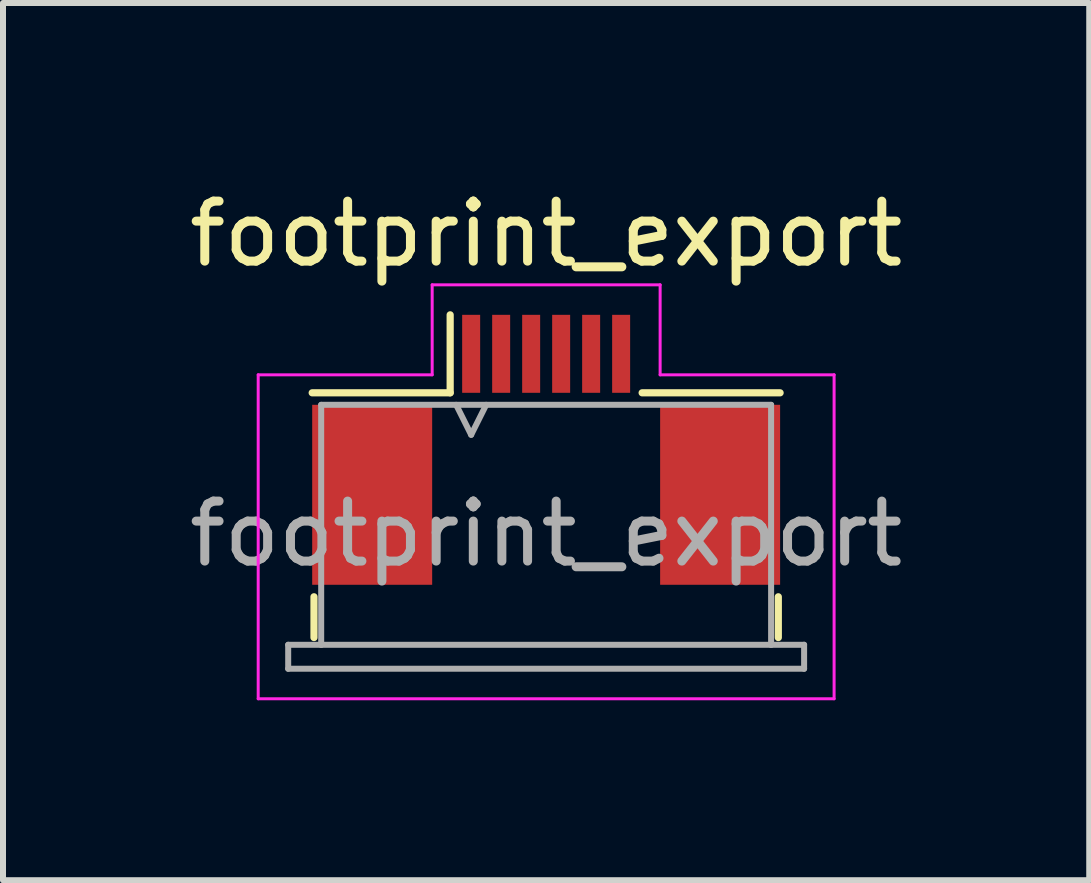
<source format=kicad_pcb>
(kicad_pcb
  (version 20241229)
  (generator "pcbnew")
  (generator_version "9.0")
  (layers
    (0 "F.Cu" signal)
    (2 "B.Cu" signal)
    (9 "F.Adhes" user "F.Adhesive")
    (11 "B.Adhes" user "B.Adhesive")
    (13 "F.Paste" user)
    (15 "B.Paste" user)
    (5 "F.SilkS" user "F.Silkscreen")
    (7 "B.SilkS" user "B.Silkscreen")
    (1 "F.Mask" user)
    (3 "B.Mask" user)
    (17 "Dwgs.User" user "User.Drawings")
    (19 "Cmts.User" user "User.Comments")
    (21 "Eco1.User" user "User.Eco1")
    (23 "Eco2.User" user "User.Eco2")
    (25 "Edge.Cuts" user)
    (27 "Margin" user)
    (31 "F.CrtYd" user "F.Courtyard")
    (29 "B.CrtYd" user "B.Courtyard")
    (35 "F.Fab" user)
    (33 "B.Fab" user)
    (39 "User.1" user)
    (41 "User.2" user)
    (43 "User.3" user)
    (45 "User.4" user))
  (footprint "footprint_export"
    (layer "F.Cu")
    (at 6.054 4.448)
    (property "Reference" "footprint_export" (at 0 -3.6 0) (layer "F.SilkS") (effects (font (size 1 1) (thickness 0.15))))
    (attr smd)
    (fp_line (start -3.87 2.45) (end -3.87 3.13) (stroke (width 0.12) (type solid)) (layer "F.SilkS"))
    (fp_line (start -1.6 -0.95) (end -3.9 -0.95) (stroke (width 0.12) (type solid)) (layer "F.SilkS"))
    (fp_line (start -1.6 -0.95) (end -1.6 -2.25) (stroke (width 0.12) (type solid)) (layer "F.SilkS"))
    (fp_line (start 1.6 -0.95) (end 3.9 -0.95) (stroke (width 0.12) (type solid)) (layer "F.SilkS"))
    (fp_line (start 3.87 2.45) (end 3.87 3.13) (stroke (width 0.12) (type solid)) (layer "F.SilkS"))
    (fp_line (start -4.8 -1.25) (end -4.8 4.15) (stroke (width 0.05) (type solid)) (layer "F.CrtYd"))
    (fp_line (start -4.8 4.15) (end 4.8 4.15) (stroke (width 0.05) (type solid)) (layer "F.CrtYd"))
    (fp_line (start -1.9 -2.75) (end -1.9 -1.25) (stroke (width 0.05) (type solid)) (layer "F.CrtYd"))
    (fp_line (start -1.9 -1.25) (end -4.8 -1.25) (stroke (width 0.05) (type solid)) (layer "F.CrtYd"))
    (fp_line (start 1.9 -2.75) (end -1.9 -2.75) (stroke (width 0.05) (type solid)) (layer "F.CrtYd"))
    (fp_line (start 1.9 -1.25) (end 1.9 -2.75) (stroke (width 0.05) (type solid)) (layer "F.CrtYd"))
    (fp_line (start 4.8 -1.25) (end 1.9 -1.25) (stroke (width 0.05) (type solid)) (layer "F.CrtYd"))
    (fp_line (start 4.8 4.15) (end 4.8 -1.25) (stroke (width 0.05) (type solid)) (layer "F.CrtYd"))
    (fp_line (start -4.3 3.25) (end -4.3 3.65) (stroke (width 0.1) (type solid)) (layer "F.Fab"))
    (fp_line (start -4.3 3.65) (end 4.3 3.65) (stroke (width 0.1) (type solid)) (layer "F.Fab"))
    (fp_line (start -3.75 -0.75) (end 3.75 -0.75) (stroke (width 0.1) (type solid)) (layer "F.Fab"))
    (fp_line (start -3.75 3.25) (end -4.3 3.25) (stroke (width 0.1) (type solid)) (layer "F.Fab"))
    (fp_line (start -3.75 3.25) (end -3.75 -0.75) (stroke (width 0.1) (type solid)) (layer "F.Fab"))
    (fp_line (start -1.5 -0.75) (end -1.25 -0.25) (stroke (width 0.1) (type solid)) (layer "F.Fab"))
    (fp_line (start -1.25 -0.25) (end -1 -0.75) (stroke (width 0.1) (type solid)) (layer "F.Fab"))
    (fp_line (start 3.75 3.25) (end -3.75 3.25) (stroke (width 0.1) (type solid)) (layer "F.Fab"))
    (fp_line (start 3.75 3.25) (end 3.75 -0.75) (stroke (width 0.1) (type solid)) (layer "F.Fab"))
    (fp_line (start 4.3 3.25) (end 3.75 3.25) (stroke (width 0.1) (type solid)) (layer "F.Fab"))
    (fp_line (start 4.3 3.65) (end 4.3 3.25) (stroke (width 0.1) (type solid)) (layer "F.Fab"))
    (fp_text user "${REFERENCE}" (at 0 1.4 0) (unlocked yes) (layer "F.Fab") (effects (font (size 1 1) (thickness 0.15))))
    (pad "1" smd rect (at -1.25 -1.6) (size 0.3 1.3) (layers "F.Cu" "F.Mask" "F.Paste"))
    (pad "2" smd rect (at -0.75 -1.6) (size 0.3 1.3) (layers "F.Cu" "F.Mask" "F.Paste"))
    (pad "3" smd rect (at -0.25 -1.6) (size 0.3 1.3) (layers "F.Cu" "F.Mask" "F.Paste"))
    (pad "4" smd rect (at 0.25 -1.6) (size 0.3 1.3) (layers "F.Cu" "F.Mask" "F.Paste"))
    (pad "5" smd rect (at 0.75 -1.6) (size 0.3 1.3) (layers "F.Cu" "F.Mask" "F.Paste"))
    (pad "6" smd rect (at 1.25 -1.6) (size 0.3 1.3) (layers "F.Cu" "F.Mask" "F.Paste"))
    (pad "MP" smd rect (at -2.9 0.75) (size 2 3) (layers "F.Cu" "F.Mask" "F.Paste"))
    (pad "MP" smd rect (at 2.9 0.75) (size 2 3) (layers "F.Cu" "F.Mask" "F.Paste")))
  (gr_rect
    (start -3 -3)
    (end 15.107 11.623)
    (stroke (width 0.1) (type default))
    (fill no)
    (layer "Edge.Cuts")))
</source>
